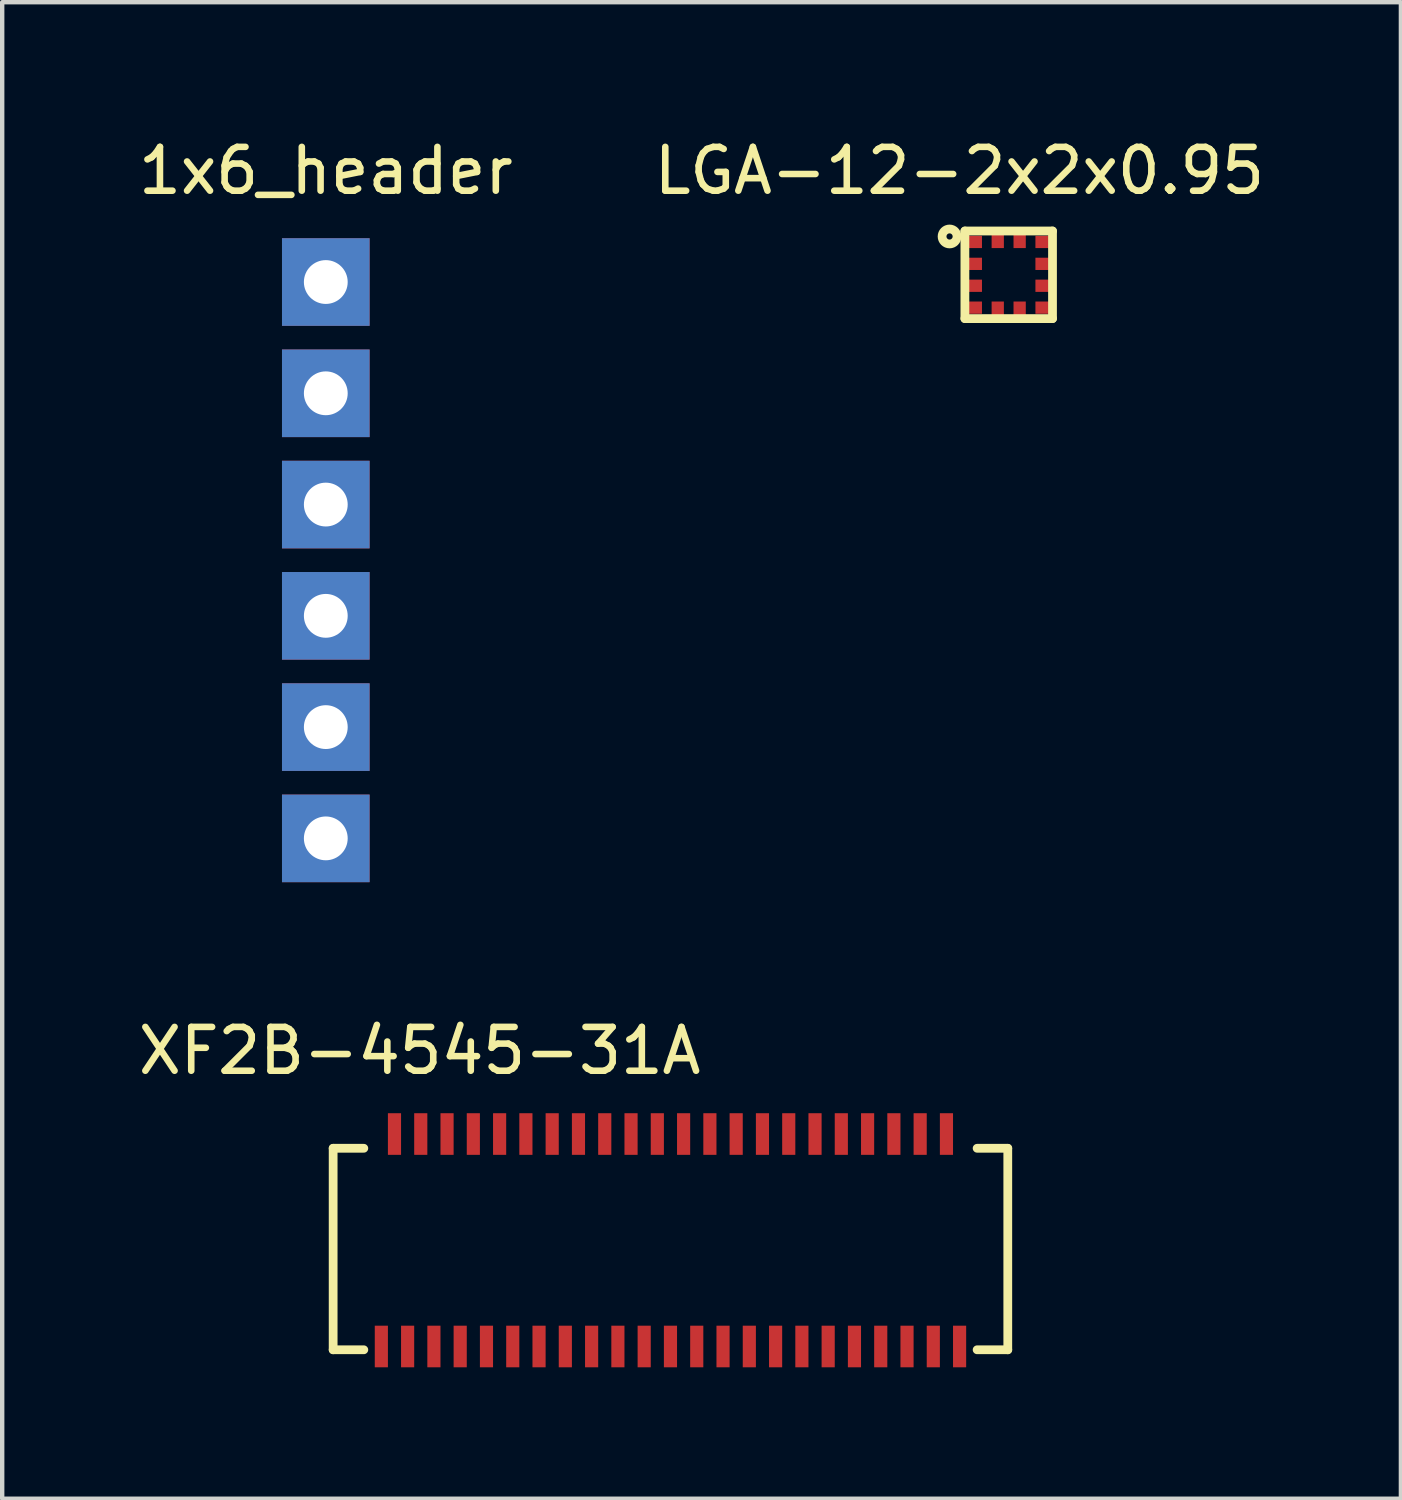
<source format=kicad_pcb>
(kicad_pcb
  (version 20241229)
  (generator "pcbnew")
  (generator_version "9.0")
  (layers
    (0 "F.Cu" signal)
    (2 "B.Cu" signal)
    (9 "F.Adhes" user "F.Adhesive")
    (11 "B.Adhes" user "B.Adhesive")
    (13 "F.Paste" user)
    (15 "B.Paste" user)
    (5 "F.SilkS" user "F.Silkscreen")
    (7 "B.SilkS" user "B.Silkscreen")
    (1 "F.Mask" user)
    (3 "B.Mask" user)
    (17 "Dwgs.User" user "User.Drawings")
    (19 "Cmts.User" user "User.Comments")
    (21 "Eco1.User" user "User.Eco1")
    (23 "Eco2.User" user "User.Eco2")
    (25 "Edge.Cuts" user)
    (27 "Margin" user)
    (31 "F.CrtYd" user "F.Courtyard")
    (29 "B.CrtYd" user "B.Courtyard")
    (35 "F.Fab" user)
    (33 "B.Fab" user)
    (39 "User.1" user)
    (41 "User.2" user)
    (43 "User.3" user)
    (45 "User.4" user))
  (footprint "1x6_header"
    (layer "F.Cu")
    (at 4.387 3.388)
    (property "Reference" "1x6_header" (at 0 -2.54 0) (layer "F.SilkS") (effects (font (size 1 1) (thickness 0.15))))
    (attr through_hole)
    (pad "1" thru_hole rect (at 0 0) (size 2 2) (drill 1) (layers "*.Cu" "*.Mask"))
    (pad "2" thru_hole rect (at 0 2.54) (size 2 2) (drill 1) (layers "*.Cu" "*.Mask"))
    (pad "3" thru_hole rect (at 0 5.08) (size 2 2) (drill 1) (layers "*.Cu" "*.Mask"))
    (pad "4" thru_hole rect (at 0 7.62) (size 2 2) (drill 1) (layers "*.Cu" "*.Mask"))
    (pad "5" thru_hole rect (at 0 10.16) (size 2 2) (drill 1) (layers "*.Cu" "*.Mask"))
    (pad "6" thru_hole rect (at 0 12.7) (size 2 2) (drill 1) (layers "*.Cu" "*.Mask")))
  (footprint "XF2B-4545-31A"
    (layer "F.Cu")
    (at 5.655 27.587)
    (property "Reference" "XF2B-4545-31A" (at 0.875 -6.65 0) (layer "F.SilkS") (effects (font (size 1 1) (thickness 0.15))))
    (attr through_hole)
    (fp_line (start -1.1 0.175) (end -1.1 -4.425) (stroke (width 0.2) (type solid)) (layer "F.SilkS"))
    (fp_line (start -0.4 -4.425) (end -1.1 -4.425) (stroke (width 0.2) (type solid)) (layer "F.SilkS"))
    (fp_line (start -0.4 0.175) (end -1.1 0.175) (stroke (width 0.2) (type solid)) (layer "F.SilkS"))
    (fp_line (start 13.6 -4.425) (end 14.3 -4.425) (stroke (width 0.2) (type solid)) (layer "F.SilkS"))
    (fp_line (start 13.6 0.175) (end 14.3 0.175) (stroke (width 0.2) (type solid)) (layer "F.SilkS"))
    (fp_line (start 14.3 0.175) (end 14.3 -4.425) (stroke (width 0.2) (type solid)) (layer "F.SilkS"))
    (pad "1" smd rect (at 0 0) (size 0.3 0.95) (drill (offset 0 0.1)) (layers "F.Cu" "F.Mask" "F.Paste"))
    (pad "2" smd rect (at 0.3 -4.65 180) (size 0.3 0.95) (drill (offset 0 0.1)) (layers "F.Cu" "F.Mask" "F.Paste"))
    (pad "3" smd rect (at 0.6 0) (size 0.3 0.95) (drill (offset 0 0.1)) (layers "F.Cu" "F.Mask" "F.Paste"))
    (pad "4" smd rect (at 0.9 -4.65 180) (size 0.3 0.95) (drill (offset 0 0.1)) (layers "F.Cu" "F.Mask" "F.Paste"))
    (pad "5" smd rect (at 1.2 0) (size 0.3 0.95) (drill (offset 0 0.1)) (layers "F.Cu" "F.Mask" "F.Paste"))
    (pad "6" smd rect (at 1.5 -4.65 180) (size 0.3 0.95) (drill (offset 0 0.1)) (layers "F.Cu" "F.Mask" "F.Paste"))
    (pad "7" smd rect (at 1.8 0) (size 0.3 0.95) (drill (offset 0 0.1)) (layers "F.Cu" "F.Mask" "F.Paste"))
    (pad "8" smd rect (at 2.1 -4.65 180) (size 0.3 0.95) (drill (offset 0 0.1)) (layers "F.Cu" "F.Mask" "F.Paste"))
    (pad "9" smd rect (at 2.4 0) (size 0.3 0.95) (drill (offset 0 0.1)) (layers "F.Cu" "F.Mask" "F.Paste"))
    (pad "10" smd rect (at 2.7 -4.65 180) (size 0.3 0.95) (drill (offset 0 0.1)) (layers "F.Cu" "F.Mask" "F.Paste"))
    (pad "11" smd rect (at 3 0) (size 0.3 0.95) (drill (offset 0 0.1)) (layers "F.Cu" "F.Mask" "F.Paste"))
    (pad "12" smd rect (at 3.3 -4.65 180) (size 0.3 0.95) (drill (offset 0 0.1)) (layers "F.Cu" "F.Mask" "F.Paste"))
    (pad "13" smd rect (at 3.6 0) (size 0.3 0.95) (drill (offset 0 0.1)) (layers "F.Cu" "F.Mask" "F.Paste"))
    (pad "14" smd rect (at 3.9 -4.65 180) (size 0.3 0.95) (drill (offset 0 0.1)) (layers "F.Cu" "F.Mask" "F.Paste"))
    (pad "15" smd rect (at 4.2 0) (size 0.3 0.95) (drill (offset 0 0.1)) (layers "F.Cu" "F.Mask" "F.Paste"))
    (pad "16" smd rect (at 4.5 -4.65 180) (size 0.3 0.95) (drill (offset 0 0.1)) (layers "F.Cu" "F.Mask" "F.Paste"))
    (pad "17" smd rect (at 4.8 0) (size 0.3 0.95) (drill (offset 0 0.1)) (layers "F.Cu" "F.Mask" "F.Paste"))
    (pad "18" smd rect (at 5.1 -4.65 180) (size 0.3 0.95) (drill (offset 0 0.1)) (layers "F.Cu" "F.Mask" "F.Paste"))
    (pad "19" smd rect (at 5.4 0) (size 0.3 0.95) (drill (offset 0 0.1)) (layers "F.Cu" "F.Mask" "F.Paste"))
    (pad "20" smd rect (at 5.7 -4.65 180) (size 0.3 0.95) (drill (offset 0 0.1)) (layers "F.Cu" "F.Mask" "F.Paste"))
    (pad "21" smd rect (at 6 0) (size 0.3 0.95) (drill (offset 0 0.1)) (layers "F.Cu" "F.Mask" "F.Paste"))
    (pad "22" smd rect (at 6.3 -4.65 180) (size 0.3 0.95) (drill (offset 0 0.1)) (layers "F.Cu" "F.Mask" "F.Paste"))
    (pad "23" smd rect (at 6.6 0) (size 0.3 0.95) (drill (offset 0 0.1)) (layers "F.Cu" "F.Mask" "F.Paste"))
    (pad "24" smd rect (at 6.9 -4.65 180) (size 0.3 0.95) (drill (offset 0 0.1)) (layers "F.Cu" "F.Mask" "F.Paste"))
    (pad "25" smd rect (at 7.2 0) (size 0.3 0.95) (drill (offset 0 0.1)) (layers "F.Cu" "F.Mask" "F.Paste"))
    (pad "26" smd rect (at 7.5 -4.65 180) (size 0.3 0.95) (drill (offset 0 0.1)) (layers "F.Cu" "F.Mask" "F.Paste"))
    (pad "27" smd rect (at 7.8 0) (size 0.3 0.95) (drill (offset 0 0.1)) (layers "F.Cu" "F.Mask" "F.Paste"))
    (pad "28" smd rect (at 8.1 -4.65 180) (size 0.3 0.95) (drill (offset 0 0.1)) (layers "F.Cu" "F.Mask" "F.Paste"))
    (pad "29" smd rect (at 8.4 0) (size 0.3 0.95) (drill (offset 0 0.1)) (layers "F.Cu" "F.Mask" "F.Paste"))
    (pad "30" smd rect (at 8.7 -4.65 180) (size 0.3 0.95) (drill (offset 0 0.1)) (layers "F.Cu" "F.Mask" "F.Paste"))
    (pad "31" smd rect (at 9 0) (size 0.3 0.95) (drill (offset 0 0.1)) (layers "F.Cu" "F.Mask" "F.Paste"))
    (pad "32" smd rect (at 9.3 -4.65 180) (size 0.3 0.95) (drill (offset 0 0.1)) (layers "F.Cu" "F.Mask" "F.Paste"))
    (pad "33" smd rect (at 9.6 0) (size 0.3 0.95) (drill (offset 0 0.1)) (layers "F.Cu" "F.Mask" "F.Paste"))
    (pad "34" smd rect (at 9.9 -4.65 180) (size 0.3 0.95) (drill (offset 0 0.1)) (layers "F.Cu" "F.Mask" "F.Paste"))
    (pad "35" smd rect (at 10.2 0) (size 0.3 0.95) (drill (offset 0 0.1)) (layers "F.Cu" "F.Mask" "F.Paste"))
    (pad "36" smd rect (at 10.5 -4.65 180) (size 0.3 0.95) (drill (offset 0 0.1)) (layers "F.Cu" "F.Mask" "F.Paste"))
    (pad "37" smd rect (at 10.8 0) (size 0.3 0.95) (drill (offset 0 0.1)) (layers "F.Cu" "F.Mask" "F.Paste"))
    (pad "38" smd rect (at 11.1 -4.65 180) (size 0.3 0.95) (drill (offset 0 0.1)) (layers "F.Cu" "F.Mask" "F.Paste"))
    (pad "39" smd rect (at 11.4 0) (size 0.3 0.95) (drill (offset 0 0.1)) (layers "F.Cu" "F.Mask" "F.Paste"))
    (pad "40" smd rect (at 11.7 -4.65 180) (size 0.3 0.95) (drill (offset 0 0.1)) (layers "F.Cu" "F.Mask" "F.Paste"))
    (pad "41" smd rect (at 12 0) (size 0.3 0.95) (drill (offset 0 0.1)) (layers "F.Cu" "F.Mask" "F.Paste"))
    (pad "42" smd rect (at 12.3 -4.65 180) (size 0.3 0.95) (drill (offset 0 0.1)) (layers "F.Cu" "F.Mask" "F.Paste"))
    (pad "43" smd rect (at 12.6 0) (size 0.3 0.95) (drill (offset 0 0.1)) (layers "F.Cu" "F.Mask" "F.Paste"))
    (pad "44" smd rect (at 12.9 -4.65 180) (size 0.3 0.95) (drill (offset 0 0.1)) (layers "F.Cu" "F.Mask" "F.Paste"))
    (pad "45" smd rect (at 13.2 0) (size 0.3 0.95) (drill (offset 0 0.1)) (layers "F.Cu" "F.Mask" "F.Paste")))
  (footprint "LGA-12-2x2x0.95"
    (layer "F.Cu")
    (at 19.976 3.223)
    (property "Reference" "LGA-12-2x2x0.95" (at -1.125 -2.375 0) (layer "F.SilkS") (effects (font (size 1 1) (thickness 0.15))))
    (attr through_hole)
    (fp_line (start -1 -1) (end -1 1) (stroke (width 0.2) (type solid)) (layer "F.SilkS"))
    (fp_line (start -1 -1) (end 1 -1) (stroke (width 0.2) (type solid)) (layer "F.SilkS"))
    (fp_line (start -1 1) (end 1 1) (stroke (width 0.2) (type solid)) (layer "F.SilkS"))
    (fp_line (start 1 1) (end 1 -1) (stroke (width 0.2) (type solid)) (layer "F.SilkS"))
    (fp_circle (center -1.35 -0.875) (end -1.3 -0.925) (stroke (width 0.2) (type solid)) (fill no) (layer "F.SilkS"))
    (pad "1" smd rect (at -0.815 -0.75) (size 0.41 0.28) (layers "F.Cu" "F.Mask" "F.Paste"))
    (pad "2" smd rect (at -0.815 -0.25) (size 0.41 0.28) (layers "F.Cu" "F.Mask" "F.Paste"))
    (pad "3" smd rect (at -0.815 0.25) (size 0.41 0.28) (layers "F.Cu" "F.Mask" "F.Paste"))
    (pad "4" smd rect (at -0.815 0.75) (size 0.41 0.28) (layers "F.Cu" "F.Mask" "F.Paste"))
    (pad "5" smd rect (at -0.25 0.815 90) (size 0.41 0.28) (layers "F.Cu" "F.Mask" "F.Paste"))
    (pad "6" smd rect (at 0.25 0.815 90) (size 0.41 0.28) (layers "F.Cu" "F.Mask" "F.Paste"))
    (pad "7" smd rect (at 0.815 0.75) (size 0.41 0.28) (layers "F.Cu" "F.Mask" "F.Paste"))
    (pad "8" smd rect (at 0.815 0.25) (size 0.41 0.28) (layers "F.Cu" "F.Mask" "F.Paste"))
    (pad "9" smd rect (at 0.815 -0.25) (size 0.41 0.28) (layers "F.Cu" "F.Mask" "F.Paste"))
    (pad "10" smd rect (at 0.815 -0.75) (size 0.41 0.28) (layers "F.Cu" "F.Mask" "F.Paste"))
    (pad "11" smd rect (at 0.25 -0.815 90) (size 0.41 0.28) (layers "F.Cu" "F.Mask" "F.Paste"))
    (pad "12" smd rect (at -0.25 -0.815 90) (size 0.41 0.28) (layers "F.Cu" "F.Mask" "F.Paste")))
  (gr_rect
    (start -3 -3)
    (end 28.929 31.162)
    (stroke (width 0.1) (type default))
    (fill no)
    (layer "Edge.Cuts")))
</source>
